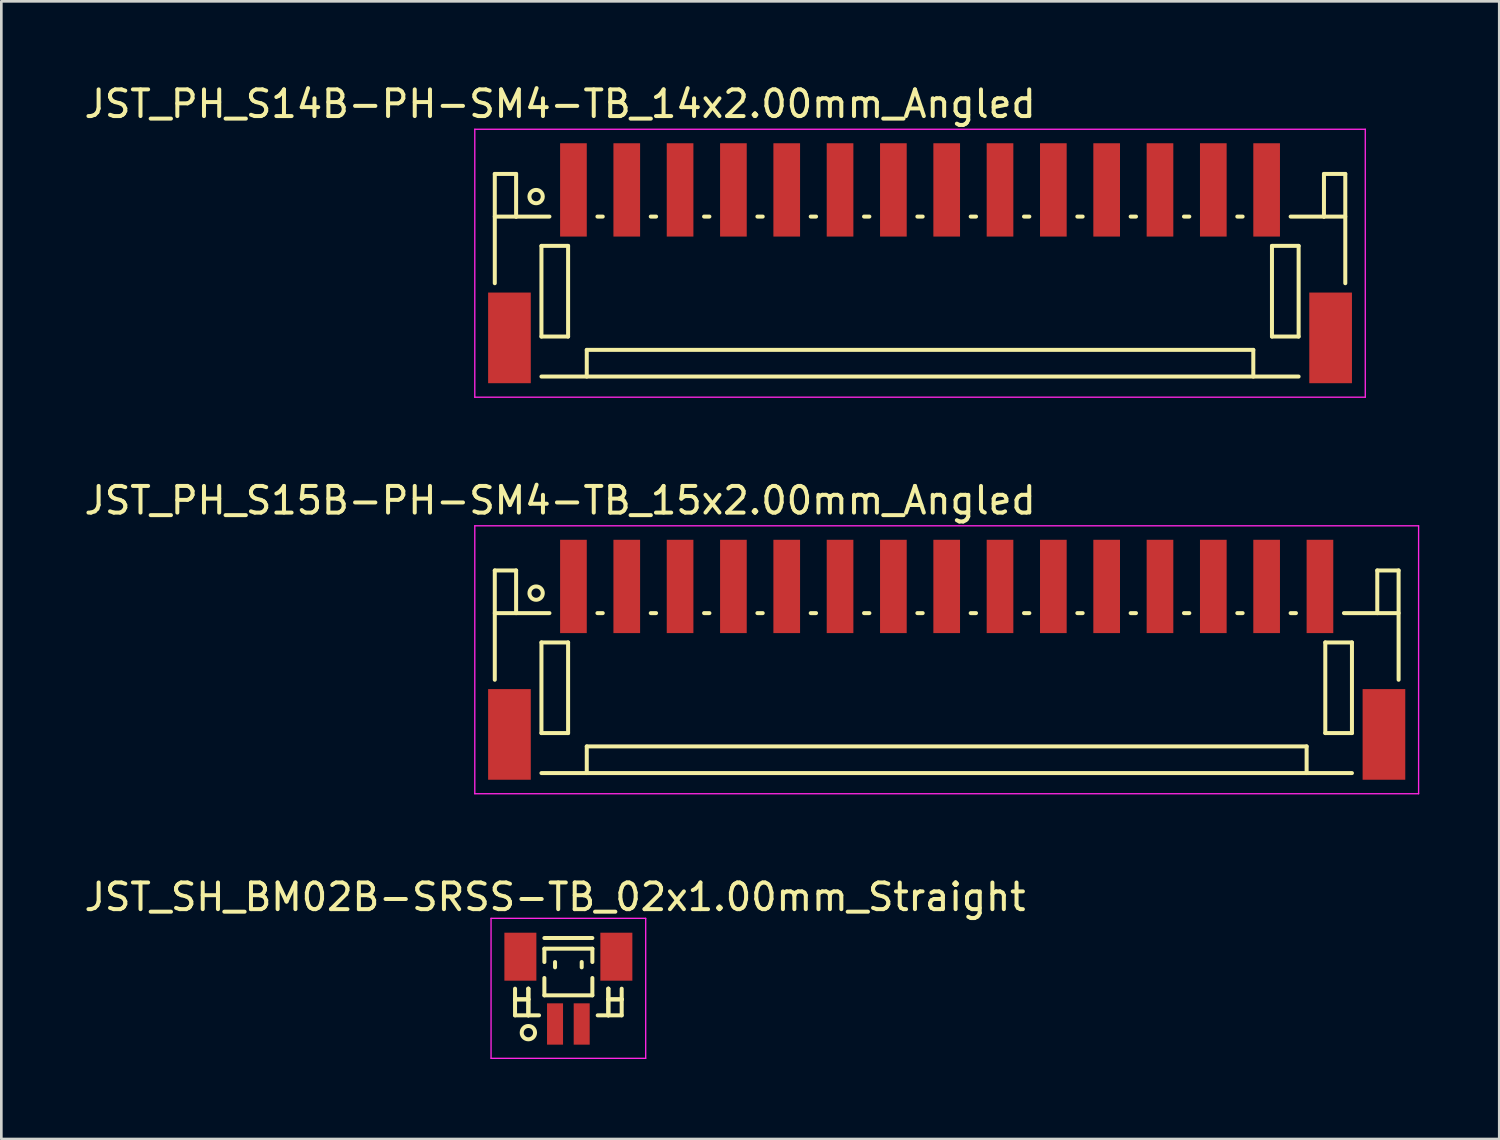
<source format=kicad_pcb>
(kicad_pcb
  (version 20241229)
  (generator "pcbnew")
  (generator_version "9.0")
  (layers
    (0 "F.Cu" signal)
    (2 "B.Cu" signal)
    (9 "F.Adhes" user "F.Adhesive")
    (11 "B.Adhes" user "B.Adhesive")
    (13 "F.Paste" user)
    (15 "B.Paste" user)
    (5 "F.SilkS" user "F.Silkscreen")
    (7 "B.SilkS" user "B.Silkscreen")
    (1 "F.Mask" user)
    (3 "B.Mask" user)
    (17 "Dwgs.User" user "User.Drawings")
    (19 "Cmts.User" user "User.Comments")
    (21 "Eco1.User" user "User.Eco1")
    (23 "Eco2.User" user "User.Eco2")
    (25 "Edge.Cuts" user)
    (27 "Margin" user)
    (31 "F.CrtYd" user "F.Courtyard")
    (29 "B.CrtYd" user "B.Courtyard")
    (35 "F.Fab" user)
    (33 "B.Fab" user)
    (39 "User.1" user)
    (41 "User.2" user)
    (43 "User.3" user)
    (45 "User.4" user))
  (footprint "JST_PH_S14B-PH-SM4-TB_14x2.00mm_Angled"
    (layer "F.Cu")
    (at 31.458 6.848)
    (property "Reference" "JST_PH_S14B-PH-SM4-TB_14x2.00mm_Angled" (at -13.5 -6 0) (layer "F.SilkS") (effects (font (size 1 1) (thickness 0.15))))
    (attr smd)
    (fp_line (start -15.95 -3.375) (end -15.95 0.725) (stroke (width 0.15) (type solid)) (layer "F.SilkS"))
    (fp_line (start -15.15 -3.375) (end -15.95 -3.375) (stroke (width 0.15) (type solid)) (layer "F.SilkS"))
    (fp_line (start -15.15 -1.775) (end -15.95 -1.775) (stroke (width 0.15) (type solid)) (layer "F.SilkS"))
    (fp_line (start -15.15 -1.775) (end -15.15 -3.375) (stroke (width 0.15) (type solid)) (layer "F.SilkS"))
    (fp_line (start -14.2 -0.675) (end -14.2 2.725) (stroke (width 0.15) (type solid)) (layer "F.SilkS"))
    (fp_line (start -14.2 2.725) (end -13.2 2.725) (stroke (width 0.15) (type solid)) (layer "F.SilkS"))
    (fp_line (start -14.2 4.225) (end 14.2 4.225) (stroke (width 0.15) (type solid)) (layer "F.SilkS"))
    (fp_line (start -13.9 -1.775) (end -15.15 -1.775) (stroke (width 0.15) (type solid)) (layer "F.SilkS"))
    (fp_line (start -13.2 -0.675) (end -14.2 -0.675) (stroke (width 0.15) (type solid)) (layer "F.SilkS"))
    (fp_line (start -13.2 2.725) (end -13.2 -0.675) (stroke (width 0.15) (type solid)) (layer "F.SilkS"))
    (fp_line (start -12.5 3.225) (end 12.5 3.225) (stroke (width 0.15) (type solid)) (layer "F.SilkS"))
    (fp_line (start -12.5 4.225) (end -12.5 3.225) (stroke (width 0.15) (type solid)) (layer "F.SilkS"))
    (fp_line (start -12.1 -1.775) (end -11.9 -1.775) (stroke (width 0.15) (type solid)) (layer "F.SilkS"))
    (fp_line (start -10.1 -1.775) (end -9.9 -1.775) (stroke (width 0.15) (type solid)) (layer "F.SilkS"))
    (fp_line (start -8.1 -1.775) (end -7.9 -1.775) (stroke (width 0.15) (type solid)) (layer "F.SilkS"))
    (fp_line (start -6.1 -1.775) (end -5.9 -1.775) (stroke (width 0.15) (type solid)) (layer "F.SilkS"))
    (fp_line (start -4.1 -1.775) (end -3.9 -1.775) (stroke (width 0.15) (type solid)) (layer "F.SilkS"))
    (fp_line (start -2.1 -1.775) (end -1.9 -1.775) (stroke (width 0.15) (type solid)) (layer "F.SilkS"))
    (fp_line (start -0.1 -1.775) (end 0.1 -1.775) (stroke (width 0.15) (type solid)) (layer "F.SilkS"))
    (fp_line (start 1.9 -1.775) (end 2.1 -1.775) (stroke (width 0.15) (type solid)) (layer "F.SilkS"))
    (fp_line (start 3.9 -1.775) (end 4.1 -1.775) (stroke (width 0.15) (type solid)) (layer "F.SilkS"))
    (fp_line (start 5.9 -1.775) (end 6.1 -1.775) (stroke (width 0.15) (type solid)) (layer "F.SilkS"))
    (fp_line (start 7.9 -1.775) (end 8.1 -1.775) (stroke (width 0.15) (type solid)) (layer "F.SilkS"))
    (fp_line (start 9.9 -1.775) (end 10.1 -1.775) (stroke (width 0.15) (type solid)) (layer "F.SilkS"))
    (fp_line (start 11.9 -1.775) (end 12.1 -1.775) (stroke (width 0.15) (type solid)) (layer "F.SilkS"))
    (fp_line (start 12.5 3.225) (end 12.5 4.225) (stroke (width 0.15) (type solid)) (layer "F.SilkS"))
    (fp_line (start 13.2 -0.675) (end 14.2 -0.675) (stroke (width 0.15) (type solid)) (layer "F.SilkS"))
    (fp_line (start 13.2 2.725) (end 13.2 -0.675) (stroke (width 0.15) (type solid)) (layer "F.SilkS"))
    (fp_line (start 13.9 -1.775) (end 15.15 -1.775) (stroke (width 0.15) (type solid)) (layer "F.SilkS"))
    (fp_line (start 14.2 -0.675) (end 14.2 2.725) (stroke (width 0.15) (type solid)) (layer "F.SilkS"))
    (fp_line (start 14.2 2.725) (end 13.2 2.725) (stroke (width 0.15) (type solid)) (layer "F.SilkS"))
    (fp_line (start 15.15 -3.375) (end 15.95 -3.375) (stroke (width 0.15) (type solid)) (layer "F.SilkS"))
    (fp_line (start 15.15 -1.775) (end 15.15 -3.375) (stroke (width 0.15) (type solid)) (layer "F.SilkS"))
    (fp_line (start 15.15 -1.775) (end 15.95 -1.775) (stroke (width 0.15) (type solid)) (layer "F.SilkS"))
    (fp_line (start 15.95 -3.375) (end 15.95 0.725) (stroke (width 0.15) (type solid)) (layer "F.SilkS"))
    (fp_circle (center -14.4 -2.525) (end -14.15 -2.525) (stroke (width 0.15) (type solid)) (fill no) (layer "F.SilkS"))
    (fp_line (start -16.7 -5.05) (end 16.7 -5.05) (stroke (width 0.05) (type solid)) (layer "F.CrtYd"))
    (fp_line (start -16.7 5) (end -16.7 -5.05) (stroke (width 0.05) (type solid)) (layer "F.CrtYd"))
    (fp_line (start 16.7 -5.05) (end 16.7 5) (stroke (width 0.05) (type solid)) (layer "F.CrtYd"))
    (fp_line (start 16.7 5) (end -16.7 5) (stroke (width 0.05) (type solid)) (layer "F.CrtYd"))
    (pad "" smd rect (at -15.4 2.775) (size 1.6 3.4) (layers "F.Cu" "F.Mask" "F.Paste"))
    (pad "" smd rect (at 15.4 2.775) (size 1.6 3.4) (layers "F.Cu" "F.Mask" "F.Paste"))
    (pad "1" smd rect (at -13 -2.775) (size 1 3.5) (layers "F.Cu" "F.Mask" "F.Paste"))
    (pad "2" smd rect (at -11 -2.775) (size 1 3.5) (layers "F.Cu" "F.Mask" "F.Paste"))
    (pad "3" smd rect (at -9 -2.775) (size 1 3.5) (layers "F.Cu" "F.Mask" "F.Paste"))
    (pad "4" smd rect (at -7 -2.775) (size 1 3.5) (layers "F.Cu" "F.Mask" "F.Paste"))
    (pad "5" smd rect (at -5 -2.775) (size 1 3.5) (layers "F.Cu" "F.Mask" "F.Paste"))
    (pad "6" smd rect (at -3 -2.775) (size 1 3.5) (layers "F.Cu" "F.Mask" "F.Paste"))
    (pad "7" smd rect (at -1 -2.775) (size 1 3.5) (layers "F.Cu" "F.Mask" "F.Paste"))
    (pad "8" smd rect (at 1 -2.775) (size 1 3.5) (layers "F.Cu" "F.Mask" "F.Paste"))
    (pad "9" smd rect (at 3 -2.775) (size 1 3.5) (layers "F.Cu" "F.Mask" "F.Paste"))
    (pad "10" smd rect (at 5 -2.775) (size 1 3.5) (layers "F.Cu" "F.Mask" "F.Paste"))
    (pad "11" smd rect (at 7 -2.775) (size 1 3.5) (layers "F.Cu" "F.Mask" "F.Paste"))
    (pad "12" smd rect (at 9 -2.775) (size 1 3.5) (layers "F.Cu" "F.Mask" "F.Paste"))
    (pad "13" smd rect (at 11 -2.775) (size 1 3.5) (layers "F.Cu" "F.Mask" "F.Paste"))
    (pad "14" smd rect (at 13 -2.775) (size 1 3.5) (layers "F.Cu" "F.Mask" "F.Paste")))
  (footprint "JST_PH_S15B-PH-SM4-TB_15x2.00mm_Angled"
    (layer "F.Cu")
    (at 32.458 21.721)
    (property "Reference" "JST_PH_S15B-PH-SM4-TB_15x2.00mm_Angled" (at -14.5 -6 0) (layer "F.SilkS") (effects (font (size 1 1) (thickness 0.15))))
    (attr smd)
    (fp_line (start -16.95 -3.375) (end -16.95 0.725) (stroke (width 0.15) (type solid)) (layer "F.SilkS"))
    (fp_line (start -16.15 -3.375) (end -16.95 -3.375) (stroke (width 0.15) (type solid)) (layer "F.SilkS"))
    (fp_line (start -16.15 -1.775) (end -16.95 -1.775) (stroke (width 0.15) (type solid)) (layer "F.SilkS"))
    (fp_line (start -16.15 -1.775) (end -16.15 -3.375) (stroke (width 0.15) (type solid)) (layer "F.SilkS"))
    (fp_line (start -15.2 -0.675) (end -15.2 2.725) (stroke (width 0.15) (type solid)) (layer "F.SilkS"))
    (fp_line (start -15.2 2.725) (end -14.2 2.725) (stroke (width 0.15) (type solid)) (layer "F.SilkS"))
    (fp_line (start -15.2 4.225) (end 15.2 4.225) (stroke (width 0.15) (type solid)) (layer "F.SilkS"))
    (fp_line (start -14.9 -1.775) (end -16.15 -1.775) (stroke (width 0.15) (type solid)) (layer "F.SilkS"))
    (fp_line (start -14.2 -0.675) (end -15.2 -0.675) (stroke (width 0.15) (type solid)) (layer "F.SilkS"))
    (fp_line (start -14.2 2.725) (end -14.2 -0.675) (stroke (width 0.15) (type solid)) (layer "F.SilkS"))
    (fp_line (start -13.5 3.225) (end 13.5 3.225) (stroke (width 0.15) (type solid)) (layer "F.SilkS"))
    (fp_line (start -13.5 4.225) (end -13.5 3.225) (stroke (width 0.15) (type solid)) (layer "F.SilkS"))
    (fp_line (start -13.1 -1.775) (end -12.9 -1.775) (stroke (width 0.15) (type solid)) (layer "F.SilkS"))
    (fp_line (start -11.1 -1.775) (end -10.9 -1.775) (stroke (width 0.15) (type solid)) (layer "F.SilkS"))
    (fp_line (start -9.1 -1.775) (end -8.9 -1.775) (stroke (width 0.15) (type solid)) (layer "F.SilkS"))
    (fp_line (start -7.1 -1.775) (end -6.9 -1.775) (stroke (width 0.15) (type solid)) (layer "F.SilkS"))
    (fp_line (start -5.1 -1.775) (end -4.9 -1.775) (stroke (width 0.15) (type solid)) (layer "F.SilkS"))
    (fp_line (start -3.1 -1.775) (end -2.9 -1.775) (stroke (width 0.15) (type solid)) (layer "F.SilkS"))
    (fp_line (start -1.1 -1.775) (end -0.9 -1.775) (stroke (width 0.15) (type solid)) (layer "F.SilkS"))
    (fp_line (start 0.9 -1.775) (end 1.1 -1.775) (stroke (width 0.15) (type solid)) (layer "F.SilkS"))
    (fp_line (start 2.9 -1.775) (end 3.1 -1.775) (stroke (width 0.15) (type solid)) (layer "F.SilkS"))
    (fp_line (start 4.9 -1.775) (end 5.1 -1.775) (stroke (width 0.15) (type solid)) (layer "F.SilkS"))
    (fp_line (start 6.9 -1.775) (end 7.1 -1.775) (stroke (width 0.15) (type solid)) (layer "F.SilkS"))
    (fp_line (start 8.9 -1.775) (end 9.1 -1.775) (stroke (width 0.15) (type solid)) (layer "F.SilkS"))
    (fp_line (start 10.9 -1.775) (end 11.1 -1.775) (stroke (width 0.15) (type solid)) (layer "F.SilkS"))
    (fp_line (start 12.9 -1.775) (end 13.1 -1.775) (stroke (width 0.15) (type solid)) (layer "F.SilkS"))
    (fp_line (start 13.5 3.225) (end 13.5 4.225) (stroke (width 0.15) (type solid)) (layer "F.SilkS"))
    (fp_line (start 14.2 -0.675) (end 15.2 -0.675) (stroke (width 0.15) (type solid)) (layer "F.SilkS"))
    (fp_line (start 14.2 2.725) (end 14.2 -0.675) (stroke (width 0.15) (type solid)) (layer "F.SilkS"))
    (fp_line (start 14.9 -1.775) (end 16.15 -1.775) (stroke (width 0.15) (type solid)) (layer "F.SilkS"))
    (fp_line (start 15.2 -0.675) (end 15.2 2.725) (stroke (width 0.15) (type solid)) (layer "F.SilkS"))
    (fp_line (start 15.2 2.725) (end 14.2 2.725) (stroke (width 0.15) (type solid)) (layer "F.SilkS"))
    (fp_line (start 16.15 -3.375) (end 16.95 -3.375) (stroke (width 0.15) (type solid)) (layer "F.SilkS"))
    (fp_line (start 16.15 -1.775) (end 16.15 -3.375) (stroke (width 0.15) (type solid)) (layer "F.SilkS"))
    (fp_line (start 16.15 -1.775) (end 16.95 -1.775) (stroke (width 0.15) (type solid)) (layer "F.SilkS"))
    (fp_line (start 16.95 -3.375) (end 16.95 0.725) (stroke (width 0.15) (type solid)) (layer "F.SilkS"))
    (fp_circle (center -15.4 -2.525) (end -15.15 -2.525) (stroke (width 0.15) (type solid)) (fill no) (layer "F.SilkS"))
    (fp_line (start -17.7 -5.05) (end 17.7 -5.05) (stroke (width 0.05) (type solid)) (layer "F.CrtYd"))
    (fp_line (start -17.7 5) (end -17.7 -5.05) (stroke (width 0.05) (type solid)) (layer "F.CrtYd"))
    (fp_line (start 17.7 -5.05) (end 17.7 5) (stroke (width 0.05) (type solid)) (layer "F.CrtYd"))
    (fp_line (start 17.7 5) (end -17.7 5) (stroke (width 0.05) (type solid)) (layer "F.CrtYd"))
    (pad "" smd rect (at -16.4 2.775) (size 1.6 3.4) (layers "F.Cu" "F.Mask" "F.Paste"))
    (pad "" smd rect (at 16.4 2.775) (size 1.6 3.4) (layers "F.Cu" "F.Mask" "F.Paste"))
    (pad "1" smd rect (at -14 -2.775) (size 1 3.5) (layers "F.Cu" "F.Mask" "F.Paste"))
    (pad "2" smd rect (at -12 -2.775) (size 1 3.5) (layers "F.Cu" "F.Mask" "F.Paste"))
    (pad "3" smd rect (at -10 -2.775) (size 1 3.5) (layers "F.Cu" "F.Mask" "F.Paste"))
    (pad "4" smd rect (at -8 -2.775) (size 1 3.5) (layers "F.Cu" "F.Mask" "F.Paste"))
    (pad "5" smd rect (at -6 -2.775) (size 1 3.5) (layers "F.Cu" "F.Mask" "F.Paste"))
    (pad "6" smd rect (at -4 -2.775) (size 1 3.5) (layers "F.Cu" "F.Mask" "F.Paste"))
    (pad "7" smd rect (at -2 -2.775) (size 1 3.5) (layers "F.Cu" "F.Mask" "F.Paste"))
    (pad "8" smd rect (at 0 -2.775) (size 1 3.5) (layers "F.Cu" "F.Mask" "F.Paste"))
    (pad "9" smd rect (at 2 -2.775) (size 1 3.5) (layers "F.Cu" "F.Mask" "F.Paste"))
    (pad "10" smd rect (at 4 -2.775) (size 1 3.5) (layers "F.Cu" "F.Mask" "F.Paste"))
    (pad "11" smd rect (at 6 -2.775) (size 1 3.5) (layers "F.Cu" "F.Mask" "F.Paste"))
    (pad "12" smd rect (at 8 -2.775) (size 1 3.5) (layers "F.Cu" "F.Mask" "F.Paste"))
    (pad "13" smd rect (at 10 -2.775) (size 1 3.5) (layers "F.Cu" "F.Mask" "F.Paste"))
    (pad "14" smd rect (at 12 -2.775) (size 1 3.5) (layers "F.Cu" "F.Mask" "F.Paste"))
    (pad "15" smd rect (at 14 -2.775) (size 1 3.5) (layers "F.Cu" "F.Mask" "F.Paste")))
  (footprint "JST_SH_BM02B-SRSS-TB_02x1.00mm_Straight"
    (layer "F.Cu")
    (at 18.268 34.095)
    (property "Reference" "JST_SH_BM02B-SRSS-TB_02x1.00mm_Straight" (at -0.5 -3.5 0) (layer "F.SilkS") (effects (font (size 1 1) (thickness 0.15))))
    (attr smd)
    (fp_line (start -2 -0.062) (end -2 0.938) (stroke (width 0.15) (type solid)) (layer "F.SilkS"))
    (fp_line (start -2 0.338) (end -2 0.338) (stroke (width 0.15) (type solid)) (layer "F.SilkS"))
    (fp_line (start -2 0.338) (end -1.5 0.338) (stroke (width 0.15) (type solid)) (layer "F.SilkS"))
    (fp_line (start -2 0.938) (end -1.1 0.938) (stroke (width 0.15) (type solid)) (layer "F.SilkS"))
    (fp_line (start -1.5 -0.062) (end -1.5 -0.062) (stroke (width 0.15) (type solid)) (layer "F.SilkS"))
    (fp_line (start -1.5 -0.062) (end -1.5 0.938) (stroke (width 0.15) (type solid)) (layer "F.SilkS"))
    (fp_line (start -1.5 0.338) (end -2 0.338) (stroke (width 0.15) (type solid)) (layer "F.SilkS"))
    (fp_line (start -1.5 0.338) (end -1.5 0.338) (stroke (width 0.15) (type solid)) (layer "F.SilkS"))
    (fp_line (start -1.5 0.938) (end -1.5 -0.062) (stroke (width 0.15) (type solid)) (layer "F.SilkS"))
    (fp_line (start -1.5 0.938) (end -1.5 0.938) (stroke (width 0.15) (type solid)) (layer "F.SilkS"))
    (fp_line (start -0.9 -1.962) (end 0.9 -1.962) (stroke (width 0.15) (type solid)) (layer "F.SilkS"))
    (fp_line (start -0.9 -1.562) (end 0.9 -1.562) (stroke (width 0.15) (type solid)) (layer "F.SilkS"))
    (fp_line (start -0.9 -1.062) (end -0.9 -1.562) (stroke (width 0.15) (type solid)) (layer "F.SilkS"))
    (fp_line (start -0.9 -0.463) (end -0.9 0.188) (stroke (width 0.15) (type solid)) (layer "F.SilkS"))
    (fp_line (start -0.9 0.188) (end 0.9 0.188) (stroke (width 0.15) (type solid)) (layer "F.SilkS"))
    (fp_line (start -0.5 -1.062) (end -0.5 -0.863) (stroke (width 0.15) (type solid)) (layer "F.SilkS"))
    (fp_line (start 0.5 -1.062) (end 0.5 -0.863) (stroke (width 0.15) (type solid)) (layer "F.SilkS"))
    (fp_line (start 0.9 -1.562) (end 0.9 -1.062) (stroke (width 0.15) (type solid)) (layer "F.SilkS"))
    (fp_line (start 0.9 0.188) (end 0.9 -0.463) (stroke (width 0.15) (type solid)) (layer "F.SilkS"))
    (fp_line (start 1.5 -0.062) (end 1.5 -0.062) (stroke (width 0.15) (type solid)) (layer "F.SilkS"))
    (fp_line (start 1.5 -0.062) (end 1.5 0.938) (stroke (width 0.15) (type solid)) (layer "F.SilkS"))
    (fp_line (start 1.5 0.338) (end 1.5 0.338) (stroke (width 0.15) (type solid)) (layer "F.SilkS"))
    (fp_line (start 1.5 0.338) (end 2 0.338) (stroke (width 0.15) (type solid)) (layer "F.SilkS"))
    (fp_line (start 1.5 0.938) (end 1.5 -0.062) (stroke (width 0.15) (type solid)) (layer "F.SilkS"))
    (fp_line (start 1.5 0.938) (end 1.5 0.938) (stroke (width 0.15) (type solid)) (layer "F.SilkS"))
    (fp_line (start 2 -0.062) (end 2 0.938) (stroke (width 0.15) (type solid)) (layer "F.SilkS"))
    (fp_line (start 2 0.338) (end 1.5 0.338) (stroke (width 0.15) (type solid)) (layer "F.SilkS"))
    (fp_line (start 2 0.338) (end 2 0.338) (stroke (width 0.15) (type solid)) (layer "F.SilkS"))
    (fp_line (start 2 0.938) (end 1.1 0.938) (stroke (width 0.15) (type solid)) (layer "F.SilkS"))
    (fp_circle (center -1.5 1.587) (end -1.25 1.587) (stroke (width 0.15) (type solid)) (fill no) (layer "F.SilkS"))
    (fp_line (start -2.9 -2.7) (end 2.9 -2.7) (stroke (width 0.05) (type solid)) (layer "F.CrtYd"))
    (fp_line (start -2.9 2.55) (end -2.9 -2.7) (stroke (width 0.05) (type solid)) (layer "F.CrtYd"))
    (fp_line (start 2.9 -2.7) (end 2.9 2.55) (stroke (width 0.05) (type solid)) (layer "F.CrtYd"))
    (fp_line (start 2.9 2.55) (end -2.9 2.55) (stroke (width 0.05) (type solid)) (layer "F.CrtYd"))
    (pad "" smd rect (at -1.8 -1.262) (size 1.2 1.8) (layers "F.Cu" "F.Mask" "F.Paste"))
    (pad "" smd rect (at 1.8 -1.262) (size 1.2 1.8) (layers "F.Cu" "F.Mask" "F.Paste"))
    (pad "1" smd rect (at -0.5 1.262) (size 0.6 1.55) (layers "F.Cu" "F.Mask" "F.Paste"))
    (pad "2" smd rect (at 0.5 1.262) (size 0.6 1.55) (layers "F.Cu" "F.Mask" "F.Paste")))
  (gr_rect
    (start -3 -3)
    (end 53.183 39.67)
    (stroke (width 0.1) (type default))
    (fill no)
    (layer "Edge.Cuts")))
</source>
